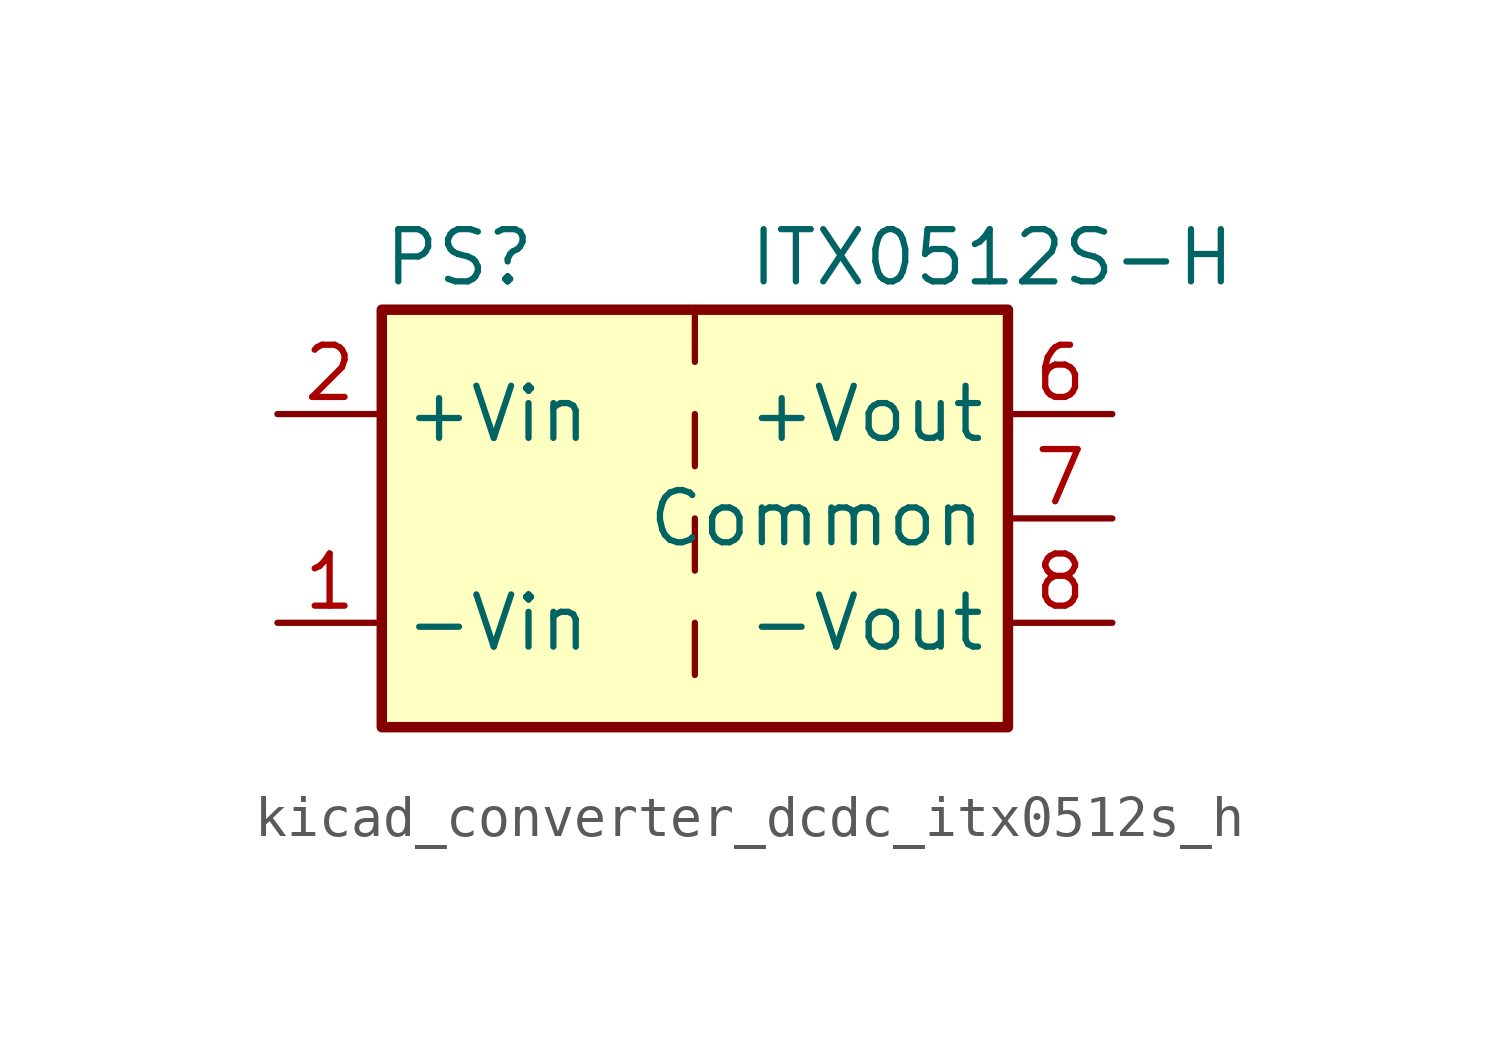
<source format=kicad_sym>
(kicad_symbol_lib
  (version 20220914)
  (generator kicad_symbol_editor)
  (symbol "kicad_converter_dcdc_itx0512s_h"
    (property "Reference" "PS"
      (at -7.62 6.35 0)
      (effects (font (size 1.27 1.27)) (justify left)))
    (property "Value" "ITX0512S-H"
      (at 1.27 6.35 0)
      (effects (font (size 1.27 1.27)) (justify left)))
    (symbol "kicad_converter_dcdc_itx0512s_h_0_0"
      (pin power_in line (at -10.16 -2.54 0) (length 2.54) (name "-Vin" (effects (font (size 1.27 1.27)))) (number "1" (effects (font (size 1.27 1.27)))))
      (pin power_in line (at -10.16 2.54 0) (length 2.54) (name "+Vin" (effects (font (size 1.27 1.27)))) (number "2" (effects (font (size 1.27 1.27)))))
      (pin no_connect line (at 0 -5.08 90) (length 2.54) hide (name "NC" (effects (font (size 1.27 1.27)))) (number "3" (effects (font (size 1.27 1.27)))))
      (pin no_connect line (at 0 5.08 270) (length 2.54) hide (name "NC" (effects (font (size 1.27 1.27)))) (number "5" (effects (font (size 1.27 1.27)))))
      (pin power_out line (at 10.16 2.54 180) (length 2.54) (name "+Vout" (effects (font (size 1.27 1.27)))) (number "6" (effects (font (size 1.27 1.27)))))
      (pin power_out line (at 10.16 0 180) (length 2.54) (name "Common" (effects (font (size 1.27 1.27)))) (number "7" (effects (font (size 1.27 1.27)))))
      (pin power_out line (at 10.16 -2.54 180) (length 2.54) (name "-Vout" (effects (font (size 1.27 1.27)))) (number "8" (effects (font (size 1.27 1.27))))))
    (symbol "kicad_converter_dcdc_itx0512s_h_0_1"
      (rectangle (start -7.62 5.08) (end 7.62 -5.08) (stroke (width 0.254) (type default)) (fill (type background)))
      (polyline (pts (xy 0 -2.54) (xy 0 -3.81)) (stroke (width 0) (type default)) (fill (type none)))
      (polyline (pts (xy 0 0) (xy 0 -1.27)) (stroke (width 0) (type default)) (fill (type none)))
      (polyline (pts (xy 0 2.54) (xy 0 1.27)) (stroke (width 0) (type default)) (fill (type none)))
      (polyline (pts (xy 0 5.08) (xy 0 3.81)) (stroke (width 0) (type default)) (fill (type none))))))
</source>
